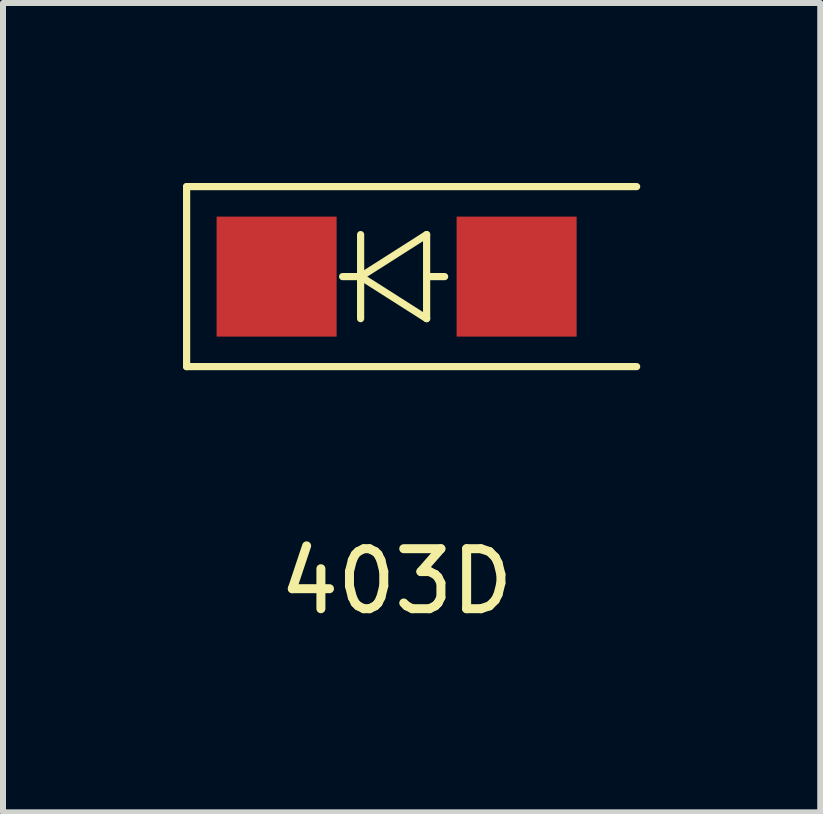
<source format=kicad_pcb>
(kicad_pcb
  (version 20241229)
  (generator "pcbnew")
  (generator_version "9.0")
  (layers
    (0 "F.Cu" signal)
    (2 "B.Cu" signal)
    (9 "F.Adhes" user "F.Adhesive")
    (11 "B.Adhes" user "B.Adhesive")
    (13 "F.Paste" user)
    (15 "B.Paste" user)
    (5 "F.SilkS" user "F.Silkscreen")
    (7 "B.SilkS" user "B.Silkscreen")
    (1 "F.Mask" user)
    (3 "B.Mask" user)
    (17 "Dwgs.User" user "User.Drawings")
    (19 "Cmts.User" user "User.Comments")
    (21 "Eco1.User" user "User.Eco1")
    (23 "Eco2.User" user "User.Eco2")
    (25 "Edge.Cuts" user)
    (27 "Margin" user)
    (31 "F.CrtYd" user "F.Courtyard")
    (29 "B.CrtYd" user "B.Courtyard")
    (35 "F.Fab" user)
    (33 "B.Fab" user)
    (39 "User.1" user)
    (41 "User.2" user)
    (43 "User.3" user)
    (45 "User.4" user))
  (footprint "403D"
    (layer "F.Cu")
    (at 3.56 1.56)
    (property "Reference" "403D" (at 0 5.08 0) (layer "F.SilkS") (effects (font (size 1 1) (thickness 0.15))))
    (attr through_hole)
    (fp_line (start -3.5 -1.5) (end -3.5 1.5) (stroke (width 0.12) (type solid)) (layer "F.SilkS"))
    (fp_line (start -3.5 -1.5) (end 4 -1.5) (stroke (width 0.12) (type solid)) (layer "F.SilkS"))
    (fp_line (start -3.5 1.5) (end 4 1.5) (stroke (width 0.12) (type solid)) (layer "F.SilkS"))
    (fp_line (start -0.6 -0.7) (end -0.6 0.7) (stroke (width 0.12) (type solid)) (layer "F.SilkS"))
    (fp_line (start -0.6 0) (end -0.9 0) (stroke (width 0.12) (type solid)) (layer "F.SilkS"))
    (fp_line (start -0.6 0) (end 0.5 0.7) (stroke (width 0.12) (type solid)) (layer "F.SilkS"))
    (fp_line (start 0.5 -0.7) (end -0.6 0) (stroke (width 0.12) (type solid)) (layer "F.SilkS"))
    (fp_line (start 0.5 0) (end 0.8 0) (stroke (width 0.12) (type solid)) (layer "F.SilkS"))
    (fp_line (start 0.5 0.7) (end 0.5 -0.7) (stroke (width 0.12) (type solid)) (layer "F.SilkS"))
    (pad "1" smd rect (at -2 0) (size 2 2) (layers "F.Cu" "F.Mask" "F.Paste"))
    (pad "2" smd rect (at 2 0) (size 2 2) (layers "F.Cu" "F.Mask" "F.Paste")))
  (gr_rect
    (start -3 -3)
    (end 10.62 10.488)
    (stroke (width 0.1) (type default))
    (fill no)
    (layer "Edge.Cuts")))
</source>
